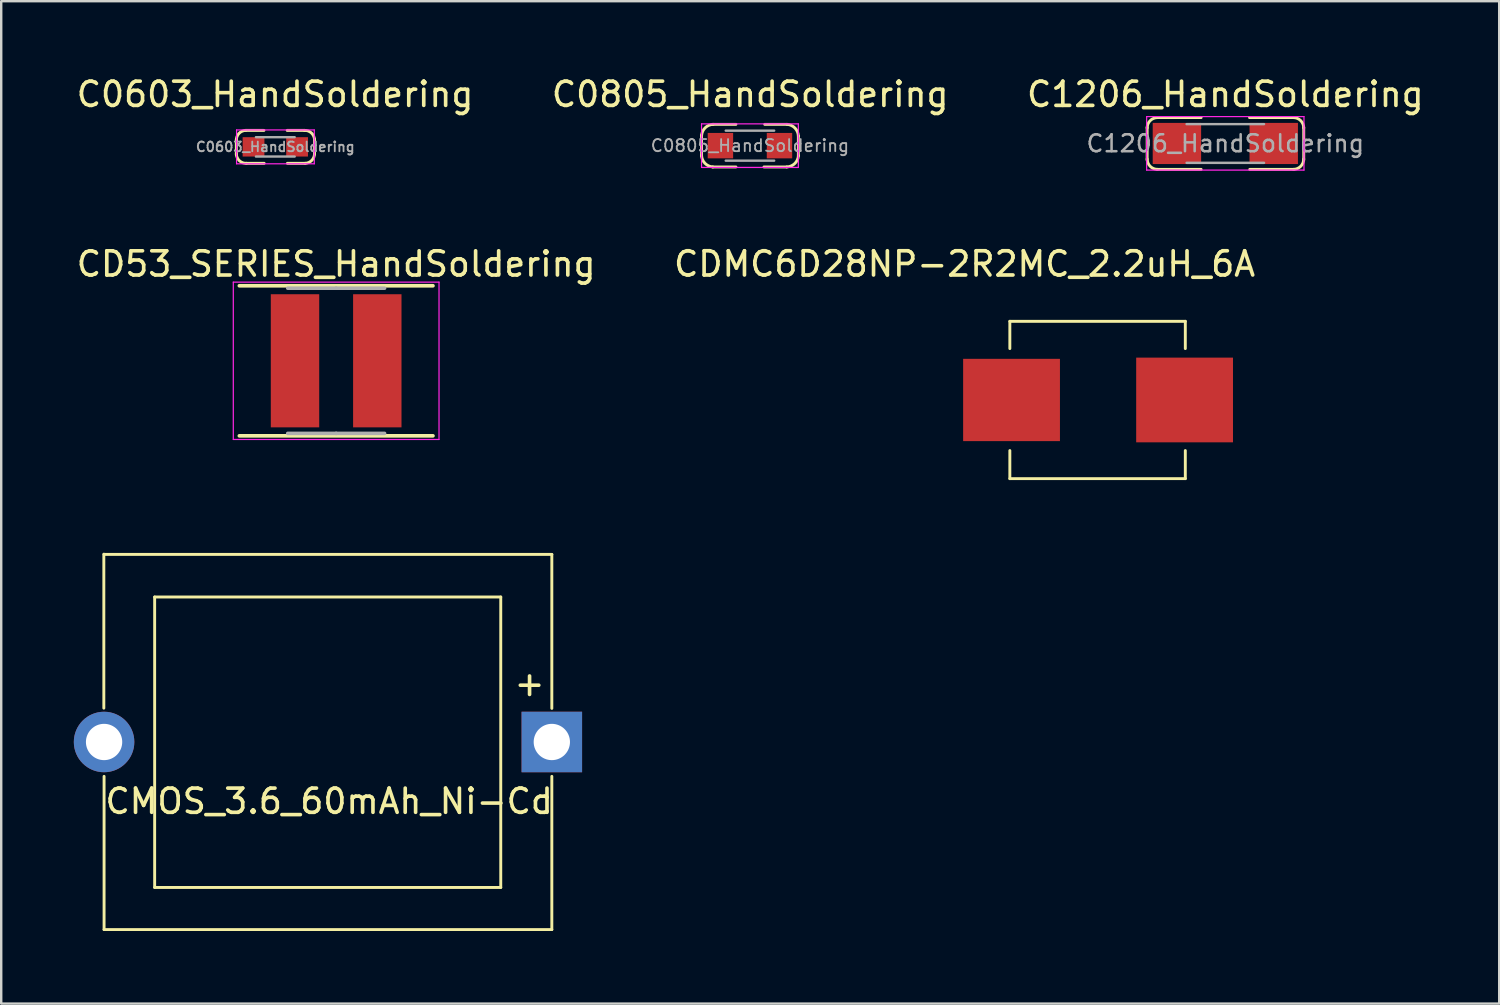
<source format=kicad_pcb>
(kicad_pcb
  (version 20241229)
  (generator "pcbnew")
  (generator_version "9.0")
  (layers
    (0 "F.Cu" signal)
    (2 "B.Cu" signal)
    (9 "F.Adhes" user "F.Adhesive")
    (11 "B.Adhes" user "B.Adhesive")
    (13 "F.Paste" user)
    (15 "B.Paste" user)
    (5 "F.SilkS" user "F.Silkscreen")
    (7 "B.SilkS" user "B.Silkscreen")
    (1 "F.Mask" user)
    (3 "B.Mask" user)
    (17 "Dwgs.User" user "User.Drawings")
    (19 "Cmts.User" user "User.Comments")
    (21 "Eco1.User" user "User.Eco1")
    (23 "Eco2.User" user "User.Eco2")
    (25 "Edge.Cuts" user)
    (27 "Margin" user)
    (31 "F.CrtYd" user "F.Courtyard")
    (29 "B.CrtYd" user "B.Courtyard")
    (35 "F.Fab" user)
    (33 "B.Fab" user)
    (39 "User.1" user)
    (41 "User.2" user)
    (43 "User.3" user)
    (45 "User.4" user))
  (footprint "CDMC6D28NP-2R2MC_2.2uH_6A"
    (layer "F.Cu")
    (at 36.804 7.356)
    (property "Reference" "CDMC6D28NP-2R2MC_2.2uH_6A" (at 0 0.5 0) (layer "F.SilkS") (effects (font (size 1 1) (thickness 0.15))))
    (attr through_hole)
    (fp_line (start 1.87 2.87) (end 9.12 2.87) (stroke (width 0.12) (type solid)) (layer "F.SilkS"))
    (fp_line (start 1.87 3.996) (end 1.87 2.87) (stroke (width 0.12) (type solid)) (layer "F.SilkS"))
    (fp_line (start 1.87 9.37) (end 1.87 8.21) (stroke (width 0.12) (type solid)) (layer "F.SilkS"))
    (fp_line (start 1.87 9.37) (end 9.12 9.37) (stroke (width 0.12) (type solid)) (layer "F.SilkS"))
    (fp_line (start 9.12 3.996) (end 9.12 2.87) (stroke (width 0.12) (type solid)) (layer "F.SilkS"))
    (fp_line (start 9.12 9.37) (end 9.12 8.21) (stroke (width 0.12) (type solid)) (layer "F.SilkS"))
    (pad "1" smd rect (at 1.94 6.12 90) (size 3.4 4) (layers "F.Cu" "F.Mask" "F.Paste"))
    (pad "2" smd rect (at 9.09 6.12 270) (size 3.5 4) (layers "F.Cu" "F.Mask" "F.Paste")))
  (footprint "C0805_HandSoldering"
    (layer "F.Cu")
    (at 27.936 2.968)
    (property "Reference" "C0805_HandSoldering" (at 0.01 -2.12 0) (layer "F.SilkS") (effects (font (size 1 1) (thickness 0.15))))
    (attr smd)
    (fp_line (start -2 -0.43) (end -2 0.43) (stroke (width 0.12) (type solid)) (layer "F.SilkS"))
    (fp_line (start -0.58 -0.88) (end -1.54 -0.88) (stroke (width 0.12) (type solid)) (layer "F.SilkS"))
    (fp_line (start -0.58 0.88) (end -1.54 0.88) (stroke (width 0.12) (type solid)) (layer "F.SilkS"))
    (fp_line (start 0.61 -0.88) (end 1.53 -0.88) (stroke (width 0.12) (type solid)) (layer "F.SilkS"))
    (fp_line (start 1.52 0.88) (end 0.58 0.88) (stroke (width 0.12) (type solid)) (layer "F.SilkS"))
    (fp_line (start 2 -0.4) (end 2 0.42) (stroke (width 0.12) (type solid)) (layer "F.SilkS"))
    (fp_arc (start -2 -0.41) (mid -1.849312 -0.739) (end -1.516314 -0.880633) (stroke (width 0.12) (type solid)) (layer "F.SilkS"))
    (fp_arc (start -1.53 0.88) (mid -1.859 0.729312) (end -2.000633 0.396314) (stroke (width 0.12) (type solid)) (layer "F.SilkS"))
    (fp_arc (start 1.53 -0.88) (mid 1.859 -0.729312) (end 2.000633 -0.396314) (stroke (width 0.12) (type solid)) (layer "F.SilkS"))
    (fp_arc (start 2.003686 0.409367) (mid 1.852998 0.738367) (end 1.52 0.88) (stroke (width 0.12) (type solid)) (layer "F.SilkS"))
    (fp_line (start -2 -0.9) (end -2 0.9) (stroke (width 0.05) (type solid)) (layer "F.CrtYd"))
    (fp_line (start -2 -0.9) (end 2 -0.9) (stroke (width 0.05) (type solid)) (layer "F.CrtYd"))
    (fp_line (start 2 0.9) (end -2 0.9) (stroke (width 0.05) (type solid)) (layer "F.CrtYd"))
    (fp_line (start 2 0.9) (end 2 -0.9) (stroke (width 0.05) (type solid)) (layer "F.CrtYd"))
    (fp_line (start -1 -0.62) (end 1 -0.62) (stroke (width 0.1) (type solid)) (layer "F.Fab"))
    (fp_line (start 1 0.62) (end -1 0.62) (stroke (width 0.1) (type solid)) (layer "F.Fab"))
    (fp_text user "${REFERENCE}" (at 0 0 0) (layer "F.Fab") (effects (font (size 0.5 0.5) (thickness 0.075))))
    (pad "1" smd rect (at -1.22 0) (size 1.05 1.05) (layers "F.Cu" "F.Mask" "F.Paste"))
    (pad "2" smd rect (at 1.22 0) (size 1.05 1.05) (layers "F.Cu" "F.Mask" "F.Paste")))
  (footprint "C1206_HandSoldering"
    (layer "F.Cu")
    (at 47.577 2.878)
    (property "Reference" "C1206_HandSoldering" (at 0 -2.03 0) (layer "F.SilkS") (effects (font (size 1 1) (thickness 0.15))))
    (attr smd)
    (fp_line (start -3.23 0.68) (end -3.23 -0.67) (stroke (width 0.12) (type solid)) (layer "F.SilkS"))
    (fp_line (start -1 -1.07) (end -2.81 -1.07) (stroke (width 0.12) (type solid)) (layer "F.SilkS"))
    (fp_line (start -1 1.07) (end -2.82 1.07) (stroke (width 0.12) (type solid)) (layer "F.SilkS"))
    (fp_line (start 1 -1.07) (end 2.82 -1.07) (stroke (width 0.12) (type solid)) (layer "F.SilkS"))
    (fp_line (start 1.01 1.07) (end 2.84 1.07) (stroke (width 0.12) (type solid)) (layer "F.SilkS"))
    (fp_line (start 3.24 0.68) (end 3.24 -0.67) (stroke (width 0.12) (type solid)) (layer "F.SilkS"))
    (fp_arc (start -3.23 -0.64) (mid -3.104056 -0.944056) (end -2.8 -1.07) (stroke (width 0.12) (type solid)) (layer "F.SilkS"))
    (fp_arc (start -2.8 1.07) (mid -3.104056 0.944056) (end -3.23 0.64) (stroke (width 0.12) (type solid)) (layer "F.SilkS"))
    (fp_arc (start 2.81 -1.07) (mid 3.114056 -0.944056) (end 3.24 -0.64) (stroke (width 0.12) (type solid)) (layer "F.SilkS"))
    (fp_arc (start 3.24 0.64) (mid 3.114056 0.944056) (end 2.81 1.07) (stroke (width 0.12) (type solid)) (layer "F.SilkS"))
    (fp_line (start -3.25 -1.11) (end -3.25 1.1) (stroke (width 0.05) (type solid)) (layer "F.CrtYd"))
    (fp_line (start -3.25 -1.11) (end 3.25 -1.11) (stroke (width 0.05) (type solid)) (layer "F.CrtYd"))
    (fp_line (start 3.25 1.1) (end -3.25 1.1) (stroke (width 0.05) (type solid)) (layer "F.CrtYd"))
    (fp_line (start 3.25 1.1) (end 3.25 -1.11) (stroke (width 0.05) (type solid)) (layer "F.CrtYd"))
    (fp_line (start -1.6 -0.8) (end 1.6 -0.8) (stroke (width 0.1) (type solid)) (layer "F.Fab"))
    (fp_line (start 1.6 0.8) (end -1.6 0.8) (stroke (width 0.1) (type solid)) (layer "F.Fab"))
    (fp_text user "${REFERENCE}" (at 0 0 0) (layer "F.Fab") (effects (font (size 0.7 0.7) (thickness 0.105))))
    (pad "1" smd rect (at -2 0) (size 2 1.7) (layers "F.Cu" "F.Mask" "F.Paste"))
    (pad "2" smd rect (at 2 0) (size 2 1.7) (layers "F.Cu" "F.Mask" "F.Paste")))
  (footprint "CMOS_3.6_60mAh_Ni-Cd"
    (layer "F.Cu")
    (at 10.51 27.797)
    (property "Reference" "CMOS_3.6_60mAh_Ni-Cd" (at 0.04 2.26 0) (layer "F.SilkS") (effects (font (size 1 1) (thickness 0.15))))
    (attr through_hole)
    (fp_line (start -9.27 -1.588) (end -9.27 -7.95) (stroke (width 0.12) (type solid)) (layer "F.SilkS"))
    (fp_line (start -9.26 -7.94) (end 9.24 -7.94) (stroke (width 0.12) (type solid)) (layer "F.SilkS"))
    (fp_line (start -9.26 7.56) (end -9.26 1.23) (stroke (width 0.12) (type solid)) (layer "F.SilkS"))
    (fp_line (start -9.26 7.56) (end 9.24 7.56) (stroke (width 0.12) (type solid)) (layer "F.SilkS"))
    (fp_line (start -7.17 -6.18) (end 7.13 -6.18) (stroke (width 0.12) (type solid)) (layer "F.SilkS"))
    (fp_line (start -7.17 5.82) (end -7.17 -6.18) (stroke (width 0.12) (type solid)) (layer "F.SilkS"))
    (fp_line (start -7.17 5.82) (end 7.13 5.82) (stroke (width 0.12) (type solid)) (layer "F.SilkS"))
    (fp_line (start 7.13 5.82) (end 7.13 -6.18) (stroke (width 0.12) (type solid)) (layer "F.SilkS"))
    (fp_line (start 9.24 -1.578) (end 9.24 -7.94) (stroke (width 0.12) (type solid)) (layer "F.SilkS"))
    (fp_line (start 9.24 7.56) (end 9.24 1.23) (stroke (width 0.12) (type solid)) (layer "F.SilkS"))
    (fp_text user "+" (at 8.32 -2.61 0) (layer "F.SilkS") (effects (font (size 1 1) (thickness 0.15))))
    (pad "1" thru_hole rect (at 9.24 -0.19) (size 2.5 2.5) (drill 1.5) (layers "*.Cu" "*.Mask"))
    (pad "2" thru_hole circle (at -9.26 -0.19) (size 2.5 2.5) (drill 1.5) (layers "*.Cu" "*.Mask")))
  (footprint "CD53_SERIES_HandSoldering"
    (layer "F.Cu")
    (at 10.839 11.857)
    (property "Reference" "CD53_SERIES_HandSoldering" (at 0 -4 0) (layer "F.SilkS") (effects (font (size 1 1) (thickness 0.15))))
    (attr smd)
    (fp_line (start -4 -3.1) (end 4 -3.1) (stroke (width 0.15) (type solid)) (layer "F.SilkS"))
    (fp_line (start -4 3.1) (end 4 3.1) (stroke (width 0.15) (type solid)) (layer "F.SilkS"))
    (fp_line (start -4.25 -3.25) (end -4.25 3.25) (stroke (width 0.05) (type solid)) (layer "F.CrtYd"))
    (fp_line (start -4.25 3.25) (end 4.25 3.25) (stroke (width 0.05) (type solid)) (layer "F.CrtYd"))
    (fp_line (start 4.25 -3.25) (end -4.25 -3.25) (stroke (width 0.05) (type solid)) (layer "F.CrtYd"))
    (fp_line (start 4.25 3.25) (end 4.25 -3.25) (stroke (width 0.05) (type solid)) (layer "F.CrtYd"))
    (fp_line (start -2 -3) (end 0 -3) (stroke (width 0.15) (type solid)) (layer "F.Fab"))
    (fp_line (start -2 3) (end 0 3) (stroke (width 0.15) (type solid)) (layer "F.Fab"))
    (fp_line (start 2 -3) (end 0 -3) (stroke (width 0.15) (type solid)) (layer "F.Fab"))
    (fp_line (start 2 3) (end 0 3) (stroke (width 0.15) (type solid)) (layer "F.Fab"))
    (pad "1" smd rect (at -1.7 0) (size 2 5.5) (layers "F.Cu" "F.Mask" "F.Paste"))
    (pad "2" smd rect (at 1.7 0) (size 2 5.5) (layers "F.Cu" "F.Mask" "F.Paste")))
  (footprint "C0603_HandSoldering"
    (layer "F.Cu")
    (at 8.325 3.018)
    (property "Reference" "C0603_HandSoldering" (at -0.01 -2.17 0) (layer "F.SilkS") (effects (font (size 1 1) (thickness 0.15))))
    (attr smd)
    (fp_line (start -1.61 -0.31) (end -1.61 0.33) (stroke (width 0.12) (type solid)) (layer "F.SilkS"))
    (fp_line (start -0.47 -0.68) (end -1.22 -0.68) (stroke (width 0.12) (type solid)) (layer "F.SilkS"))
    (fp_line (start -0.46 0.68) (end -1.2 0.68) (stroke (width 0.12) (type solid)) (layer "F.SilkS"))
    (fp_line (start 1.23 -0.68) (end 0.49 -0.68) (stroke (width 0.12) (type solid)) (layer "F.SilkS"))
    (fp_line (start 1.24 0.68) (end 0.5 0.68) (stroke (width 0.12) (type solid)) (layer "F.SilkS"))
    (fp_line (start 1.62 -0.32) (end 1.62 0.3) (stroke (width 0.12) (type solid)) (layer "F.SilkS"))
    (fp_arc (start -1.61 -0.26) (mid -1.50368 -0.552309) (end -1.220221 -0.680369) (stroke (width 0.12) (type solid)) (layer "F.SilkS"))
    (fp_arc (start -1.19 0.68) (mid -1.482309 0.57368) (end -1.610369 0.290221) (stroke (width 0.12) (type solid)) (layer "F.SilkS"))
    (fp_arc (start 1.2 -0.68) (mid 1.492309 -0.57368) (end 1.620369 -0.290221) (stroke (width 0.12) (type solid)) (layer "F.SilkS"))
    (fp_arc (start 1.619779 0.259631) (mid 1.513459 0.55194) (end 1.23 0.68) (stroke (width 0.12) (type solid)) (layer "F.SilkS"))
    (fp_line (start -1.6 -0.7) (end -1.6 0.7) (stroke (width 0.05) (type solid)) (layer "F.CrtYd"))
    (fp_line (start -1.6 -0.7) (end 1.61 -0.7) (stroke (width 0.05) (type solid)) (layer "F.CrtYd"))
    (fp_line (start 1.61 0.7) (end -1.6 0.7) (stroke (width 0.05) (type solid)) (layer "F.CrtYd"))
    (fp_line (start 1.61 0.7) (end 1.61 -0.7) (stroke (width 0.05) (type solid)) (layer "F.CrtYd"))
    (fp_line (start -0.8 -0.4) (end 0.8 -0.4) (stroke (width 0.1) (type solid)) (layer "F.Fab"))
    (fp_line (start 0.8 0.4) (end -0.8 0.4) (stroke (width 0.1) (type solid)) (layer "F.Fab"))
    (fp_text user "${REFERENCE}" (at 0 0 0) (layer "F.Fab") (effects (font (size 0.4 0.4) (thickness 0.075))))
    (pad "1" smd rect (at -0.9 0) (size 0.9 0.8) (layers "F.Cu" "F.Mask" "F.Paste"))
    (pad "2" smd rect (at 0.9 0) (size 0.9 0.8) (layers "F.Cu" "F.Mask" "F.Paste")))
  (gr_rect
    (start -3 -3)
    (end 58.893 38.416)
    (stroke (width 0.1) (type default))
    (fill no)
    (layer "Edge.Cuts")))
</source>
